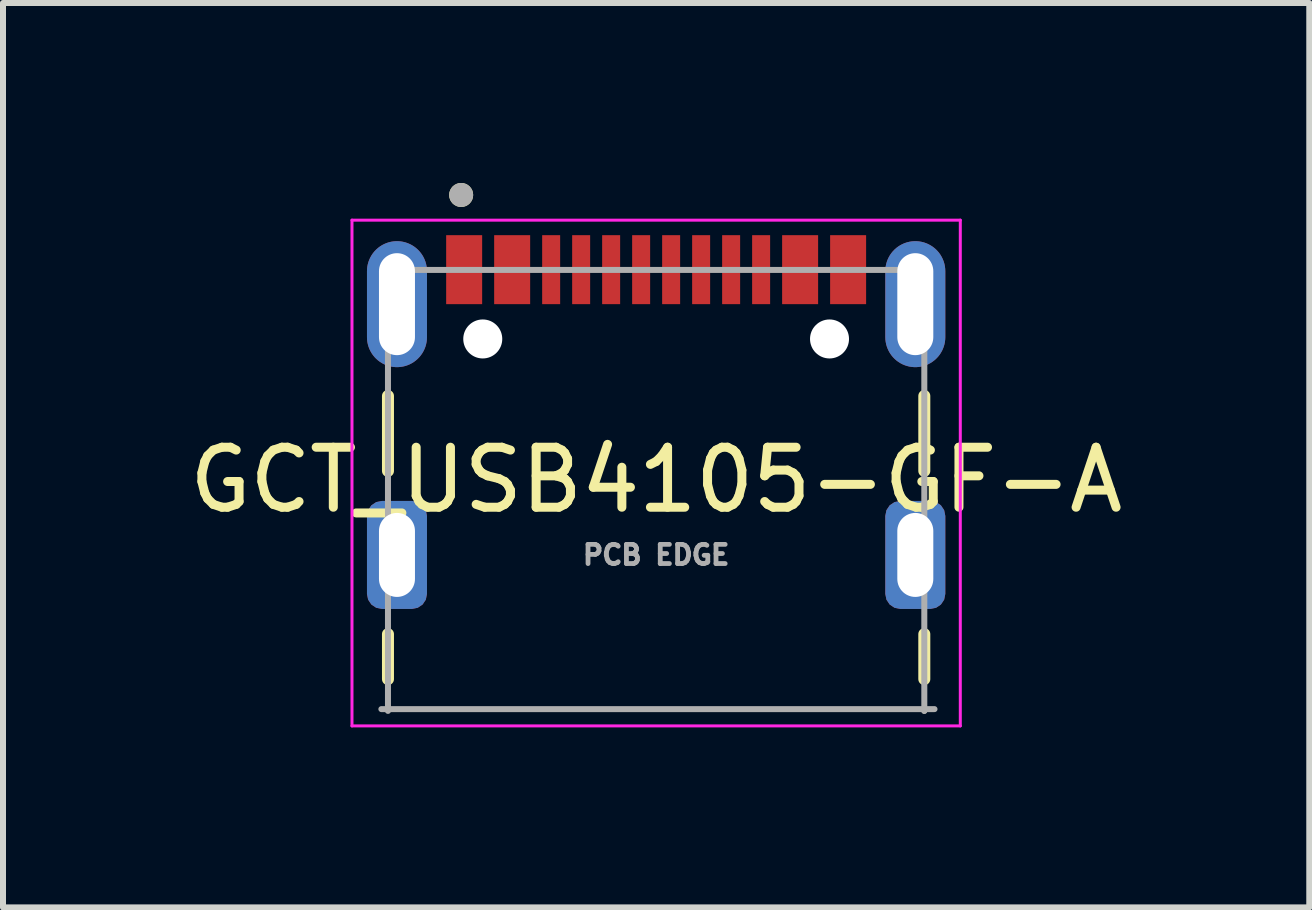
<source format=kicad_pcb>
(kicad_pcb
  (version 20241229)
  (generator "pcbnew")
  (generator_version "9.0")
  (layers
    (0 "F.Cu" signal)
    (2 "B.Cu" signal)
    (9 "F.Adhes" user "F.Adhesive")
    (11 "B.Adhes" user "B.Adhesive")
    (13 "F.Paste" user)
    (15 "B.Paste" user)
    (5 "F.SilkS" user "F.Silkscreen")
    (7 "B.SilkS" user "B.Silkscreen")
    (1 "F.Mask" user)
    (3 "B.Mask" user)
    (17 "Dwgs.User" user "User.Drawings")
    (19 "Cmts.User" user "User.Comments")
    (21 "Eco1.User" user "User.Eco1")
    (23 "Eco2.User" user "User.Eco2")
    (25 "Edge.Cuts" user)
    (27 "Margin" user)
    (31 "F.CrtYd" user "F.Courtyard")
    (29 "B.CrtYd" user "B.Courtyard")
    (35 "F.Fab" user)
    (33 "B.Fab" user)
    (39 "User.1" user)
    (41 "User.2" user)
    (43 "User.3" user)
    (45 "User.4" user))
  (footprint "GCT_USB4105-GF-A"
    (layer "F.Cu")
    (at 7.887 6.2)
    (property "Reference" "GCT_USB4105-GF-A" (at 0 -1.25 0) (layer "F.SilkS") (effects (font (size 1 1) (thickness 0.15))))
    (attr smd)
    (fp_line (start -4.47 -2.65) (end -4.47 -1.4) (stroke (width 0.2) (type solid)) (layer "F.SilkS"))
    (fp_line (start -4.47 1.32) (end -4.47 2.07) (stroke (width 0.2) (type solid)) (layer "F.SilkS"))
    (fp_line (start 4.47 -2.65) (end 4.47 -1.4) (stroke (width 0.2) (type solid)) (layer "F.SilkS"))
    (fp_line (start 4.47 2.07) (end 4.47 1.32) (stroke (width 0.2) (type solid)) (layer "F.SilkS"))
    (fp_circle (center -3.25 -6) (end -3.15 -6) (stroke (width 0.2) (type solid)) (fill no) (layer "F.SilkS"))
    (fp_line (start -5.07 -5.58) (end -5.07 2.85) (stroke (width 0.05) (type solid)) (layer "F.CrtYd"))
    (fp_line (start -5.07 2.85) (end 5.07 2.85) (stroke (width 0.05) (type solid)) (layer "F.CrtYd"))
    (fp_line (start 5.07 -5.58) (end -5.07 -5.58) (stroke (width 0.05) (type solid)) (layer "F.CrtYd"))
    (fp_line (start 5.07 2.85) (end 5.07 -5.58) (stroke (width 0.05) (type solid)) (layer "F.CrtYd"))
    (fp_line (start -4.47 -4.75) (end 4.47 -4.75) (stroke (width 0.1) (type solid)) (layer "F.Fab"))
    (fp_line (start -4.47 2.6) (end -4.47 -4.75) (stroke (width 0.1) (type solid)) (layer "F.Fab"))
    (fp_line (start 4.47 -4.75) (end 4.47 2.6) (stroke (width 0.1) (type solid)) (layer "F.Fab"))
    (fp_line (start 4.47 2.6) (end 4.47 2.6) (stroke (width 0.1) (type solid)) (layer "F.Fab"))
    (fp_line (start 4.64 2.57) (end -4.58 2.57) (stroke (width 0.1) (type solid)) (layer "F.Fab"))
    (fp_circle (center -3.25 -6) (end -3.15 -6) (stroke (width 0.2) (type solid)) (fill no) (layer "F.Fab"))
    (fp_text user "PCB EDGE" (at 0 0 0) (layer "F.Fab") (effects (font (size 0.32 0.32) (thickness 0.08))))
    (pad "" np_thru_hole circle (at -2.89 -3.6) (size 0.65 0.65) (drill 0.65) (layers "*.Cu" "*.Mask"))
    (pad "" np_thru_hole circle (at 2.89 -3.6) (size 0.65 0.65) (drill 0.65) (layers "*.Cu" "*.Mask"))
    (pad "A1_B12" smd rect (at -3.2 -4.755) (size 0.6 1.15) (layers "F.Cu" "F.Mask" "F.Paste"))
    (pad "A4_B9" smd rect (at -2.4 -4.755) (size 0.6 1.15) (layers "F.Cu" "F.Mask" "F.Paste"))
    (pad "A5" smd rect (at -1.25 -4.755) (size 0.3 1.15) (layers "F.Cu" "F.Mask" "F.Paste"))
    (pad "A6" smd rect (at -0.25 -4.755) (size 0.3 1.15) (layers "F.Cu" "F.Mask" "F.Paste"))
    (pad "A7" smd rect (at 0.25 -4.755) (size 0.3 1.15) (layers "F.Cu" "F.Mask" "F.Paste"))
    (pad "A8" smd rect (at 1.25 -4.755) (size 0.3 1.15) (layers "F.Cu" "F.Mask" "F.Paste"))
    (pad "B1_A12" smd rect (at 3.2 -4.755) (size 0.6 1.15) (layers "F.Cu" "F.Mask" "F.Paste"))
    (pad "B4_A9" smd rect (at 2.4 -4.755) (size 0.6 1.15) (layers "F.Cu" "F.Mask" "F.Paste"))
    (pad "B5" smd rect (at 1.75 -4.755) (size 0.3 1.15) (layers "F.Cu" "F.Mask" "F.Paste"))
    (pad "B6" smd rect (at 0.75 -4.755) (size 0.3 1.15) (layers "F.Cu" "F.Mask" "F.Paste"))
    (pad "B7" smd rect (at -0.75 -4.755) (size 0.3 1.15) (layers "F.Cu" "F.Mask" "F.Paste"))
    (pad "B8" smd rect (at -1.75 -4.755) (size 0.3 1.15) (layers "F.Cu" "F.Mask" "F.Paste"))
    (pad "SH1" thru_hole oval (at -4.32 -4.18) (size 1 2.1) (drill oval 0.6 1.7) (layers "*.Cu" "*.Mask"))
    (pad "SH2" thru_hole oval (at 4.32 -4.18) (size 1 2.1) (drill oval 0.6 1.7) (layers "*.Cu" "*.Mask"))
    (pad "SH3" thru_hole roundrect (at -4.32 0) (size 1 1.8) (drill oval 0.6 1.4) (layers "*.Cu" "*.Mask") (roundrect_rratio 0.25))
    (pad "SH4" thru_hole roundrect (at 4.32 0) (size 1 1.8) (drill oval 0.6 1.4) (layers "*.Cu" "*.Mask") (roundrect_rratio 0.25)))
  (gr_rect
    (start -3 -3)
    (end 18.774 12.075)
    (stroke (width 0.1) (type default))
    (fill no)
    (layer "Edge.Cuts")))
</source>
